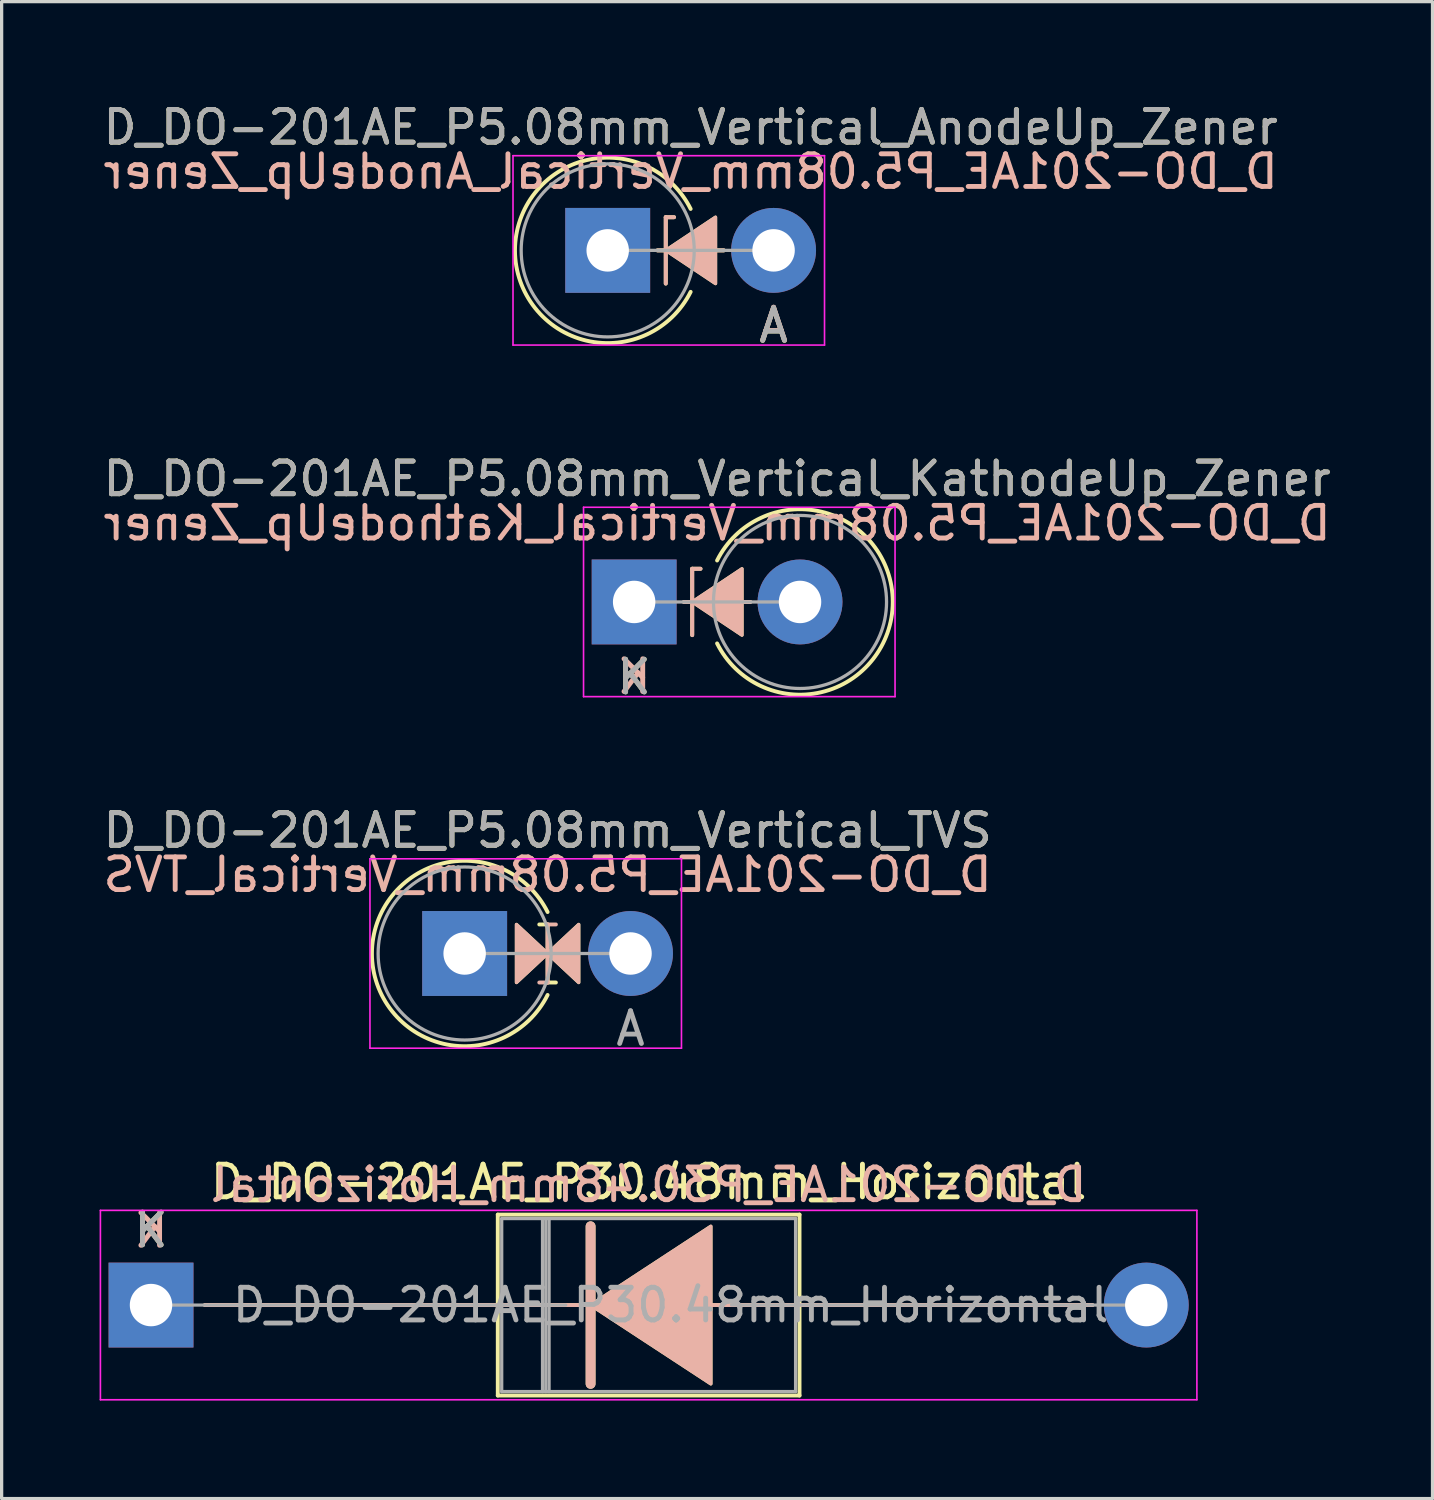
<source format=kicad_pcb>
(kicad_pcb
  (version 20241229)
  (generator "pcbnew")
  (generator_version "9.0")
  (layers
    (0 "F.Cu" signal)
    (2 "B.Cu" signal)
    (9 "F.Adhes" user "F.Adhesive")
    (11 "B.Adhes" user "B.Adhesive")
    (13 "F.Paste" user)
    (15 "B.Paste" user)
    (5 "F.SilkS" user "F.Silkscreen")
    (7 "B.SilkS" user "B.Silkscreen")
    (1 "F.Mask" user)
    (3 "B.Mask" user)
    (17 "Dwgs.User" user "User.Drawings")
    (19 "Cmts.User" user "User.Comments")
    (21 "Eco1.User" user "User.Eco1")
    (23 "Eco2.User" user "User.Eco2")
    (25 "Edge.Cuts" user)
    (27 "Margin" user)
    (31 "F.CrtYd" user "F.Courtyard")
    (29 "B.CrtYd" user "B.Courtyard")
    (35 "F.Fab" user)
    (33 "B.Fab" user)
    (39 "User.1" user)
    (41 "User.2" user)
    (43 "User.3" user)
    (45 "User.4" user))
  (footprint "D_DO-201AE_P5.08mm_Vertical_KathodeUp_Zener"
    (layer "F.Cu")
    (at 16.371 15.385)
    (property "Reference" "D_DO-201AE_P5.08mm_Vertical_KathodeUp_Zener" (at 2.54 -3.77 0) (layer "F.SilkS") (effects (font (size 1 1) (thickness 0.15))))
    (fp_line (start 1.524 0) (end 3.556 0) (stroke (width 0.12) (type solid)) (layer "F.SilkS"))
    (fp_line (start 1.778 -1.016) (end 2.032 -1.016) (stroke (width 0.12) (type solid)) (layer "F.SilkS"))
    (fp_line (start 1.778 1.016) (end 1.778 -1.016) (stroke (width 0.12) (type solid)) (layer "F.SilkS"))
    (fp_arc (start 2.54 -1.269999) (mid 7.919804 0) (end 2.54 1.27) (stroke (width 0.12) (type solid)) (layer "F.SilkS"))
    (fp_poly (pts (xy 3.302 1.016) (xy 1.778 0) (xy 3.302 -1.016)) (stroke (width 0.1) (type solid)) (fill yes) (layer "F.SilkS"))
    (fp_line (start 1.524 0) (end 3.556 0) (stroke (width 0.12) (type solid)) (layer "B.SilkS"))
    (fp_line (start 1.778 -1.016) (end 1.778 1.016) (stroke (width 0.12) (type solid)) (layer "B.SilkS"))
    (fp_line (start 1.778 -1.016) (end 2.032 -1.016) (stroke (width 0.12) (type solid)) (layer "B.SilkS"))
    (fp_poly (pts (xy 3.302 -1.016) (xy 1.778 0) (xy 3.302 1.016)) (stroke (width 0.1) (type solid)) (fill yes) (layer "B.SilkS"))
    (fp_line (start -1.55 -2.9) (end -1.55 2.9) (stroke (width 0.05) (type solid)) (layer "F.CrtYd"))
    (fp_line (start -1.55 2.9) (end 7.99 2.9) (stroke (width 0.05) (type solid)) (layer "F.CrtYd"))
    (fp_line (start 7.99 -2.9) (end -1.55 -2.9) (stroke (width 0.05) (type solid)) (layer "F.CrtYd"))
    (fp_line (start 7.99 2.9) (end 7.99 -2.9) (stroke (width 0.05) (type solid)) (layer "F.CrtYd"))
    (fp_line (start 0 0) (end 5.08 0) (stroke (width 0.1) (type solid)) (layer "F.Fab"))
    (fp_circle (center 5.08 0) (end 7.73 0) (stroke (width 0.1) (type solid)) (fill no) (layer "F.Fab"))
    (fp_text user "K" (at 0 2.3 0) (layer "F.SilkS") (effects (font (size 1 1) (thickness 0.15))))
    (fp_text user "${REFERENCE}" (at 2.54 -2.413 0) (layer "B.SilkS") (effects (font (size 1 1) (thickness 0.15)) (justify mirror)))
    (fp_text user "K" (at 0 2.286 180) (layer "B.SilkS") (effects (font (size 1 1) (thickness 0.15)) (justify mirror)))
    (fp_text user "K" (at 0 2.3 0) (layer "F.Fab") (effects (font (size 1 1) (thickness 0.15))))
    (fp_text user "${REFERENCE}" (at 2.54 -3.77 0) (layer "F.Fab") (effects (font (size 1 1) (thickness 0.15))))
    (pad "1" thru_hole rect (at 0 0) (size 2.6 2.6) (drill 1.3) (layers "*.Cu" "*.Mask"))
    (pad "2" thru_hole oval (at 5.08 0) (size 2.6 2.6) (drill 1.3) (layers "*.Cu" "*.Mask")))
  (footprint "D_DO-201AE_P5.08mm_Vertical_TVS"
    (layer "F.Cu")
    (at 11.18 26.151)
    (property "Reference" "D_DO-201AE_P5.08mm_Vertical_TVS" (at 2.54 -3.77 0) (layer "F.SilkS") (effects (font (size 1 1) (thickness 0.15))))
    (fp_line (start 2.54 -0.889) (end 2.286 -0.889) (stroke (width 0.12) (type solid)) (layer "F.SilkS"))
    (fp_line (start 2.54 -0.889) (end 2.54 0.889) (stroke (width 0.12) (type solid)) (layer "F.SilkS"))
    (fp_line (start 2.54 0.889) (end 2.794 0.889) (stroke (width 0.12) (type solid)) (layer "F.SilkS"))
    (fp_arc (start 2.539999 1.27) (mid -2.839805 0.000001) (end 2.539999 -1.269999) (stroke (width 0.12) (type solid)) (layer "F.SilkS"))
    (fp_poly (pts (xy 1.587 -0.889) (xy 2.54 0) (xy 1.587 0.889)) (stroke (width 0.1) (type solid)) (fill yes) (layer "F.SilkS"))
    (fp_poly (pts (xy 3.493 0.889) (xy 2.54 0) (xy 3.493 -0.889)) (stroke (width 0.1) (type solid)) (fill yes) (layer "F.SilkS"))
    (fp_line (start 2.54 -0.889) (end 2.794 -0.889) (stroke (width 0.12) (type solid)) (layer "B.SilkS"))
    (fp_line (start 2.54 0.889) (end 2.286 0.889) (stroke (width 0.12) (type solid)) (layer "B.SilkS"))
    (fp_line (start 2.54 0.889) (end 2.54 -0.889) (stroke (width 0.12) (type solid)) (layer "B.SilkS"))
    (fp_poly (pts (xy 1.587 0.889) (xy 2.54 0) (xy 1.587 -0.889)) (stroke (width 0.1) (type solid)) (fill yes) (layer "B.SilkS"))
    (fp_poly (pts (xy 3.493 -0.889) (xy 2.54 0) (xy 3.493 0.889)) (stroke (width 0.1) (type solid)) (fill yes) (layer "B.SilkS"))
    (fp_line (start -2.9 -2.9) (end -2.9 2.9) (stroke (width 0.05) (type solid)) (layer "F.CrtYd"))
    (fp_line (start -2.9 2.9) (end 6.64 2.9) (stroke (width 0.05) (type solid)) (layer "F.CrtYd"))
    (fp_line (start 6.64 -2.9) (end -2.9 -2.9) (stroke (width 0.05) (type solid)) (layer "F.CrtYd"))
    (fp_line (start 6.64 2.9) (end 6.64 -2.9) (stroke (width 0.05) (type solid)) (layer "F.CrtYd"))
    (fp_line (start 0 0) (end 5.08 0) (stroke (width 0.1) (type solid)) (layer "F.Fab"))
    (fp_circle (center 0 0) (end 2.65 0) (stroke (width 0.1) (type solid)) (fill no) (layer "F.Fab"))
    (fp_text user "${REFERENCE}" (at 2.54 -2.413 0) (layer "B.SilkS") (effects (font (size 1 1) (thickness 0.15)) (justify mirror)))
    (fp_text user "${REFERENCE}" (at 2.54 -3.77 0) (layer "F.Fab") (effects (font (size 1 1) (thickness 0.15))))
    (fp_text user "A" (at 5.08 2.3 0) (layer "F.Fab") (effects (font (size 1 1) (thickness 0.15))))
    (pad "1" thru_hole rect (at 0 0) (size 2.6 2.6) (drill 1.3) (layers "*.Cu" "*.Mask"))
    (pad "2" thru_hole oval (at 5.08 0) (size 2.6 2.6) (drill 1.3) (layers "*.Cu" "*.Mask")))
  (footprint "D_DO-201AE_P5.08mm_Vertical_AnodeUp_Zener"
    (layer "F.Cu")
    (at 15.561 4.618)
    (property "Reference" "D_DO-201AE_P5.08mm_Vertical_AnodeUp_Zener" (at 2.54 -3.77 0) (layer "F.SilkS") (effects (font (size 1 1) (thickness 0.15))))
    (fp_line (start 1.524 0) (end 3.556 0) (stroke (width 0.12) (type solid)) (layer "F.SilkS"))
    (fp_line (start 1.778 -1.016) (end 2.032 -1.016) (stroke (width 0.12) (type solid)) (layer "F.SilkS"))
    (fp_line (start 1.778 1.016) (end 1.778 -1.016) (stroke (width 0.12) (type solid)) (layer "F.SilkS"))
    (fp_arc (start 2.539999 1.27) (mid -2.839805 0.000001) (end 2.539999 -1.269999) (stroke (width 0.12) (type solid)) (layer "F.SilkS"))
    (fp_poly (pts (xy 3.302 1.016) (xy 1.778 0) (xy 3.302 -1.016)) (stroke (width 0.1) (type solid)) (fill yes) (layer "F.SilkS"))
    (fp_line (start 1.524 0) (end 3.556 0) (stroke (width 0.12) (type solid)) (layer "B.SilkS"))
    (fp_line (start 1.778 -1.016) (end 1.778 1.016) (stroke (width 0.12) (type solid)) (layer "B.SilkS"))
    (fp_line (start 1.778 -1.016) (end 2.032 -1.016) (stroke (width 0.12) (type solid)) (layer "B.SilkS"))
    (fp_poly (pts (xy 3.302 -1.016) (xy 1.778 0) (xy 3.302 1.016)) (stroke (width 0.1) (type solid)) (fill yes) (layer "B.SilkS"))
    (fp_line (start -2.9 -2.9) (end -2.9 2.9) (stroke (width 0.05) (type solid)) (layer "F.CrtYd"))
    (fp_line (start -2.9 2.9) (end 6.64 2.9) (stroke (width 0.05) (type solid)) (layer "F.CrtYd"))
    (fp_line (start 6.64 -2.9) (end -2.9 -2.9) (stroke (width 0.05) (type solid)) (layer "F.CrtYd"))
    (fp_line (start 6.64 2.9) (end 6.64 -2.9) (stroke (width 0.05) (type solid)) (layer "F.CrtYd"))
    (fp_line (start 0 0) (end 5.08 0) (stroke (width 0.1) (type solid)) (layer "F.Fab"))
    (fp_circle (center 0 0) (end 2.65 0) (stroke (width 0.1) (type solid)) (fill no) (layer "F.Fab"))
    (fp_text user "A" (at 5.08 2.3 0) (layer "F.SilkS") (effects (font (size 1 1) (thickness 0.15))))
    (fp_text user "A" (at 5.08 2.286 0) (layer "B.SilkS") (effects (font (size 1 1) (thickness 0.15)) (justify mirror)))
    (fp_text user "${REFERENCE}" (at 2.54 -2.413 0) (layer "B.SilkS") (effects (font (size 1 1) (thickness 0.15)) (justify mirror)))
    (fp_text user "A" (at 5.08 2.3 0) (layer "F.Fab") (effects (font (size 1 1) (thickness 0.15))))
    (fp_text user "${REFERENCE}" (at 2.54 -3.77 0) (layer "F.Fab") (effects (font (size 1 1) (thickness 0.15))))
    (pad "1" thru_hole rect (at 0 0) (size 2.6 2.6) (drill 1.3) (layers "*.Cu" "*.Mask"))
    (pad "2" thru_hole oval (at 5.08 0) (size 2.6 2.6) (drill 1.3) (layers "*.Cu" "*.Mask")))
  (footprint "D_DO-201AE_P30.48mm_Horizontal"
    (layer "F.Cu")
    (at 1.575 36.918)
    (property "Reference" "D_DO-201AE_P30.48mm_Horizontal" (at 15.24 -3.77 0) (layer "F.SilkS") (effects (font (size 1 1) (thickness 0.15))))
    (fp_line (start 1.651 0) (end 10.62 0) (stroke (width 0.12) (type solid)) (layer "F.SilkS"))
    (fp_line (start 10.62 -2.77) (end 10.62 2.77) (stroke (width 0.12) (type solid)) (layer "F.SilkS"))
    (fp_line (start 10.62 2.77) (end 19.86 2.77) (stroke (width 0.12) (type solid)) (layer "F.SilkS"))
    (fp_line (start 13.462 -2.413) (end 13.462 2.413) (stroke (width 0.3) (type solid)) (layer "F.SilkS"))
    (fp_line (start 13.589 0) (end 10.62 0) (stroke (width 0.12) (type solid)) (layer "F.SilkS"))
    (fp_line (start 17.145 0) (end 19.86 0) (stroke (width 0.12) (type solid)) (layer "F.SilkS"))
    (fp_line (start 19.86 -2.77) (end 10.62 -2.77) (stroke (width 0.12) (type solid)) (layer "F.SilkS"))
    (fp_line (start 19.86 2.77) (end 19.86 -2.77) (stroke (width 0.12) (type solid)) (layer "F.SilkS"))
    (fp_line (start 28.829 0) (end 19.86 0) (stroke (width 0.12) (type solid)) (layer "F.SilkS"))
    (fp_poly (pts (xy 17.145 2.413) (xy 13.462 0) (xy 17.145 -2.413)) (stroke (width 0.1) (type solid)) (fill yes) (layer "F.SilkS"))
    (fp_line (start 1.651 0) (end 10.62 0) (stroke (width 0.12) (type solid)) (layer "B.SilkS"))
    (fp_line (start 13.462 2.413) (end 13.462 -2.413) (stroke (width 0.3) (type solid)) (layer "B.SilkS"))
    (fp_line (start 13.589 0) (end 10.62 0) (stroke (width 0.12) (type solid)) (layer "B.SilkS"))
    (fp_line (start 17.145 0) (end 19.86 0) (stroke (width 0.12) (type solid)) (layer "B.SilkS"))
    (fp_line (start 28.829 0) (end 19.86 0) (stroke (width 0.12) (type solid)) (layer "B.SilkS"))
    (fp_poly (pts (xy 17.145 -2.413) (xy 13.462 0) (xy 17.145 2.413)) (stroke (width 0.1) (type solid)) (fill yes) (layer "B.SilkS"))
    (fp_line (start -1.55 -2.9) (end -1.55 2.9) (stroke (width 0.05) (type solid)) (layer "F.CrtYd"))
    (fp_line (start -1.55 2.9) (end 32.03 2.9) (stroke (width 0.05) (type solid)) (layer "F.CrtYd"))
    (fp_line (start 32.03 -2.9) (end -1.55 -2.9) (stroke (width 0.05) (type solid)) (layer "F.CrtYd"))
    (fp_line (start 32.03 2.9) (end 32.03 -2.9) (stroke (width 0.05) (type solid)) (layer "F.CrtYd"))
    (fp_line (start 0 0) (end 12.7 0) (stroke (width 0.1) (type solid)) (layer "F.Fab"))
    (fp_line (start 10.74 -2.65) (end 10.74 2.65) (stroke (width 0.1) (type solid)) (layer "F.Fab"))
    (fp_line (start 10.74 2.65) (end 19.74 2.65) (stroke (width 0.1) (type solid)) (layer "F.Fab"))
    (fp_line (start 11.99 -2.65) (end 11.99 2.65) (stroke (width 0.1) (type solid)) (layer "F.Fab"))
    (fp_line (start 12.09 -2.65) (end 12.09 2.65) (stroke (width 0.1) (type solid)) (layer "F.Fab"))
    (fp_line (start 12.19 -2.65) (end 12.19 2.65) (stroke (width 0.1) (type solid)) (layer "F.Fab"))
    (fp_line (start 19.74 -2.65) (end 10.74 -2.65) (stroke (width 0.1) (type solid)) (layer "F.Fab"))
    (fp_line (start 19.74 2.65) (end 19.74 -2.65) (stroke (width 0.1) (type solid)) (layer "F.Fab"))
    (fp_line (start 30.48 0) (end 17.78 0) (stroke (width 0.1) (type solid)) (layer "F.Fab"))
    (fp_text user "K" (at 0 -2.3 0) (layer "F.SilkS") (effects (font (size 1 1) (thickness 0.15))))
    (fp_text user "${REFERENCE}" (at 15.24 -3.683 0) (layer "B.SilkS") (effects (font (size 1 1) (thickness 0.15)) (justify mirror)))
    (fp_text user "K" (at 0 -2.286 0) (layer "B.SilkS") (effects (font (size 1 1) (thickness 0.15)) (justify mirror)))
    (fp_text user "${REFERENCE}" (at 15.915 0 0) (layer "F.Fab") (effects (font (size 1 1) (thickness 0.15))))
    (fp_text user "K" (at 0 -2.3 0) (layer "F.Fab") (effects (font (size 1 1) (thickness 0.15))))
    (pad "1" thru_hole rect (at 0 0) (size 2.6 2.6) (drill 1.3) (layers "*.Cu" "*.Mask"))
    (pad "2" thru_hole oval (at 30.48 0) (size 2.6 2.6) (drill 1.3) (layers "*.Cu" "*.Mask")))
  (gr_rect
    (start -3 -3)
    (end 40.821 42.843)
    (stroke (width 0.1) (type default))
    (fill no)
    (layer "Edge.Cuts")))
</source>
